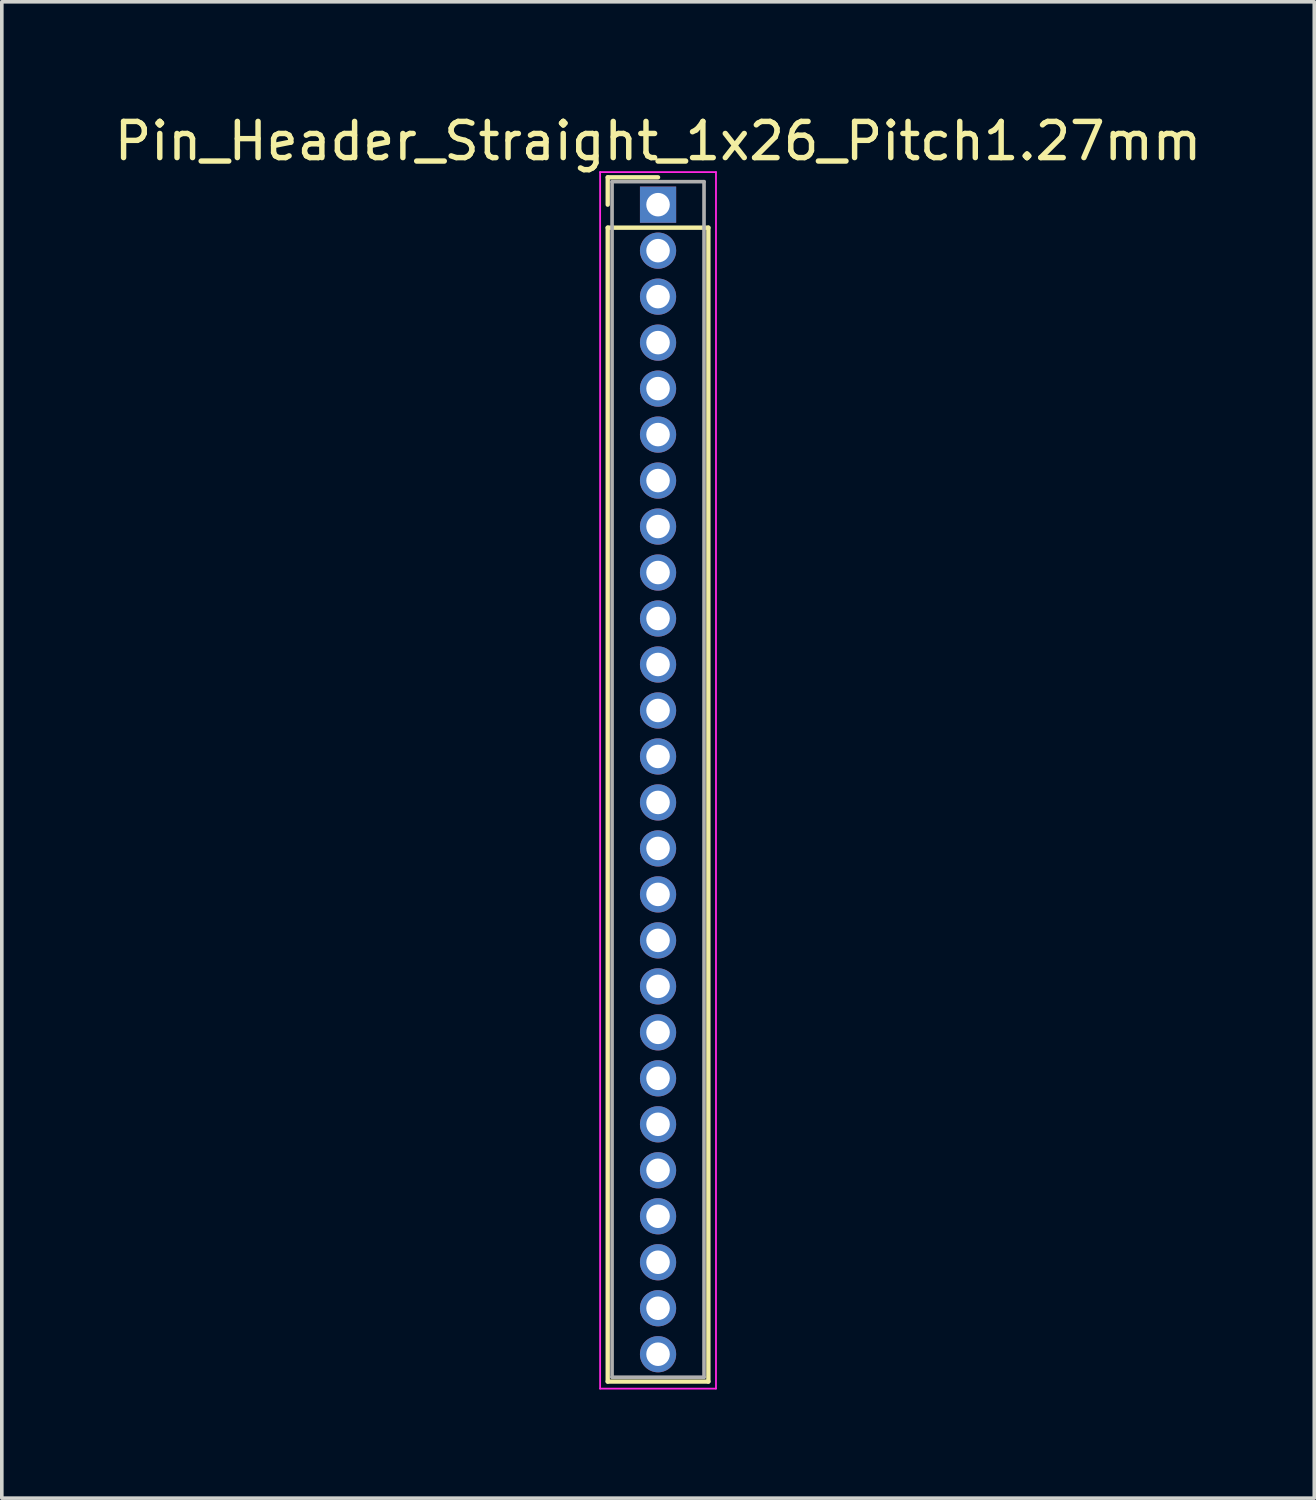
<source format=kicad_pcb>
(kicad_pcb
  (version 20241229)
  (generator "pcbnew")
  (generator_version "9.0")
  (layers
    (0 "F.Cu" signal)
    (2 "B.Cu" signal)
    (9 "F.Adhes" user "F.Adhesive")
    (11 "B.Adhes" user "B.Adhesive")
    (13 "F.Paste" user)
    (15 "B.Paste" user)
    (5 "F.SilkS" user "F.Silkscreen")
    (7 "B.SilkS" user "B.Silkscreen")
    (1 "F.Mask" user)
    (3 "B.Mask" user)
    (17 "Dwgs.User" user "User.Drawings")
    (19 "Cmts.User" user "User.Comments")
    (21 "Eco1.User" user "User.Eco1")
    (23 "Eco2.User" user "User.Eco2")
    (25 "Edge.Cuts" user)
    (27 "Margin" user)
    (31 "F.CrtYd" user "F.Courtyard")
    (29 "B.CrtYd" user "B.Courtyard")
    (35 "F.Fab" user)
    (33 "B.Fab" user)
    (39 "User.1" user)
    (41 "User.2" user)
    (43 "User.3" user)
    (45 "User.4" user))
  (footprint "Pin_Header_Straight_1x26_Pitch1.27mm"
    (layer "F.Cu")
    (at 15.125 2.603)
    (property "Reference" "Pin_Header_Straight_1x26_Pitch1.27mm" (at 0 -1.755 0) (layer "F.SilkS") (effects (font (size 1 1) (thickness 0.15))))
    (attr through_hole)
    (fp_line (start -1.39 -0.755) (end 0 -0.755) (stroke (width 0.12) (type solid)) (layer "F.SilkS"))
    (fp_line (start -1.39 0) (end -1.39 -0.755) (stroke (width 0.12) (type solid)) (layer "F.SilkS"))
    (fp_line (start -1.39 0.635) (end -1.39 32.505) (stroke (width 0.12) (type solid)) (layer "F.SilkS"))
    (fp_line (start -1.39 32.505) (end 1.39 32.505) (stroke (width 0.12) (type solid)) (layer "F.SilkS"))
    (fp_line (start 1.39 0.635) (end -1.39 0.635) (stroke (width 0.12) (type solid)) (layer "F.SilkS"))
    (fp_line (start 1.39 32.505) (end 1.39 0.635) (stroke (width 0.12) (type solid)) (layer "F.SilkS"))
    (fp_line (start -1.6 -0.9) (end -1.6 32.7) (stroke (width 0.05) (type solid)) (layer "F.CrtYd"))
    (fp_line (start -1.6 32.7) (end 1.6 32.7) (stroke (width 0.05) (type solid)) (layer "F.CrtYd"))
    (fp_line (start 1.6 -0.9) (end -1.6 -0.9) (stroke (width 0.05) (type solid)) (layer "F.CrtYd"))
    (fp_line (start 1.6 32.7) (end 1.6 -0.9) (stroke (width 0.05) (type solid)) (layer "F.CrtYd"))
    (fp_line (start -1.27 -0.635) (end -1.27 32.385) (stroke (width 0.1) (type solid)) (layer "F.Fab"))
    (fp_line (start -1.27 32.385) (end 1.27 32.385) (stroke (width 0.1) (type solid)) (layer "F.Fab"))
    (fp_line (start 1.27 -0.635) (end -1.27 -0.635) (stroke (width 0.1) (type solid)) (layer "F.Fab"))
    (fp_line (start 1.27 32.385) (end 1.27 -0.635) (stroke (width 0.1) (type solid)) (layer "F.Fab"))
    (pad "1" thru_hole rect (at 0 0) (size 1 1) (drill 0.65) (layers "*.Cu" "*.Mask"))
    (pad "2" thru_hole oval (at 0 1.27) (size 1 1) (drill 0.65) (layers "*.Cu" "*.Mask"))
    (pad "3" thru_hole oval (at 0 2.54) (size 1 1) (drill 0.65) (layers "*.Cu" "*.Mask"))
    (pad "4" thru_hole oval (at 0 3.81) (size 1 1) (drill 0.65) (layers "*.Cu" "*.Mask"))
    (pad "5" thru_hole oval (at 0 5.08) (size 1 1) (drill 0.65) (layers "*.Cu" "*.Mask"))
    (pad "6" thru_hole oval (at 0 6.35) (size 1 1) (drill 0.65) (layers "*.Cu" "*.Mask"))
    (pad "7" thru_hole oval (at 0 7.62) (size 1 1) (drill 0.65) (layers "*.Cu" "*.Mask"))
    (pad "8" thru_hole oval (at 0 8.89) (size 1 1) (drill 0.65) (layers "*.Cu" "*.Mask"))
    (pad "9" thru_hole oval (at 0 10.16) (size 1 1) (drill 0.65) (layers "*.Cu" "*.Mask"))
    (pad "10" thru_hole oval (at 0 11.43) (size 1 1) (drill 0.65) (layers "*.Cu" "*.Mask"))
    (pad "11" thru_hole oval (at 0 12.7) (size 1 1) (drill 0.65) (layers "*.Cu" "*.Mask"))
    (pad "12" thru_hole oval (at 0 13.97) (size 1 1) (drill 0.65) (layers "*.Cu" "*.Mask"))
    (pad "13" thru_hole oval (at 0 15.24) (size 1 1) (drill 0.65) (layers "*.Cu" "*.Mask"))
    (pad "14" thru_hole oval (at 0 16.51) (size 1 1) (drill 0.65) (layers "*.Cu" "*.Mask"))
    (pad "15" thru_hole oval (at 0 17.78) (size 1 1) (drill 0.65) (layers "*.Cu" "*.Mask"))
    (pad "16" thru_hole oval (at 0 19.05) (size 1 1) (drill 0.65) (layers "*.Cu" "*.Mask"))
    (pad "17" thru_hole oval (at 0 20.32) (size 1 1) (drill 0.65) (layers "*.Cu" "*.Mask"))
    (pad "18" thru_hole oval (at 0 21.59) (size 1 1) (drill 0.65) (layers "*.Cu" "*.Mask"))
    (pad "19" thru_hole oval (at 0 22.86) (size 1 1) (drill 0.65) (layers "*.Cu" "*.Mask"))
    (pad "20" thru_hole oval (at 0 24.13) (size 1 1) (drill 0.65) (layers "*.Cu" "*.Mask"))
    (pad "21" thru_hole oval (at 0 25.4) (size 1 1) (drill 0.65) (layers "*.Cu" "*.Mask"))
    (pad "22" thru_hole oval (at 0 26.67) (size 1 1) (drill 0.65) (layers "*.Cu" "*.Mask"))
    (pad "23" thru_hole oval (at 0 27.94) (size 1 1) (drill 0.65) (layers "*.Cu" "*.Mask"))
    (pad "24" thru_hole oval (at 0 29.21) (size 1 1) (drill 0.65) (layers "*.Cu" "*.Mask"))
    (pad "25" thru_hole oval (at 0 30.48) (size 1 1) (drill 0.65) (layers "*.Cu" "*.Mask"))
    (pad "26" thru_hole oval (at 0 31.75) (size 1 1) (drill 0.65) (layers "*.Cu" "*.Mask")))
  (gr_rect
    (start -3 -3)
    (end 33.25 38.328)
    (stroke (width 0.1) (type default))
    (fill no)
    (layer "Edge.Cuts")))
</source>
